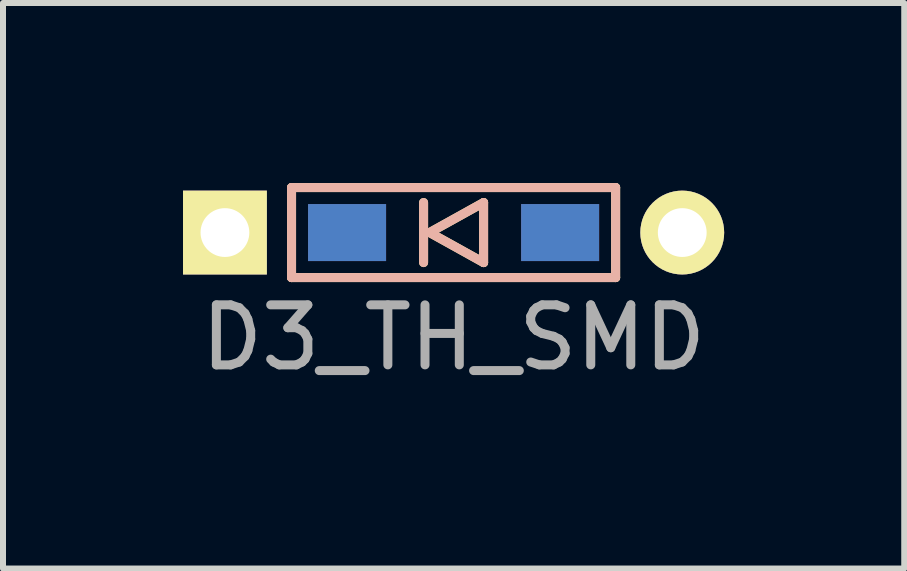
<source format=kicad_pcb>
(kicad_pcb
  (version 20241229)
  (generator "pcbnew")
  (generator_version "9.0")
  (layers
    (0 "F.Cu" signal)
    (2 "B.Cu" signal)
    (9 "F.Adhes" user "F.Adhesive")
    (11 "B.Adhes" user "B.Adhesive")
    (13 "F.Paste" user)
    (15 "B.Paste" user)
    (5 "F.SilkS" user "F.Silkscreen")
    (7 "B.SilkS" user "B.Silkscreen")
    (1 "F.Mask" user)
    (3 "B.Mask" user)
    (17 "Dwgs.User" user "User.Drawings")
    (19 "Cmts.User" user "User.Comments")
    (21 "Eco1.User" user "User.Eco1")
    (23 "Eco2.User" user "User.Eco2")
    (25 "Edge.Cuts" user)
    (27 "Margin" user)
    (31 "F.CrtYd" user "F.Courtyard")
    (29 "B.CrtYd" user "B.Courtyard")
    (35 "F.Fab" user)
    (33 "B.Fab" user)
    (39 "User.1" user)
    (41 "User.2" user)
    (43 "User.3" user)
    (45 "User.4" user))
  (footprint "D3_TH_SMD"
    (layer "F.Cu")
    (at 4.508 0.825)
    (property "Reference" "D3_TH_SMD" (at 0 1.75 0) (layer "F.Fab") (effects (font (size 1 1) (thickness 0.15))))
    (attr through_hole)
    (fp_line (start -2.7 -0.75) (end -2.7 0.75) (stroke (width 0.15) (type solid)) (layer "F.SilkS"))
    (fp_line (start -2.7 0.75) (end 2.7 0.75) (stroke (width 0.15) (type solid)) (layer "F.SilkS"))
    (fp_line (start -0.5 -0.5) (end -0.5 0.5) (stroke (width 0.15) (type solid)) (layer "F.SilkS"))
    (fp_line (start -0.4 0) (end 0.5 -0.5) (stroke (width 0.15) (type solid)) (layer "F.SilkS"))
    (fp_line (start 0.5 -0.5) (end 0.5 0.5) (stroke (width 0.15) (type solid)) (layer "F.SilkS"))
    (fp_line (start 0.5 0.5) (end -0.4 0) (stroke (width 0.15) (type solid)) (layer "F.SilkS"))
    (fp_line (start 2.7 -0.75) (end -2.7 -0.75) (stroke (width 0.15) (type solid)) (layer "F.SilkS"))
    (fp_line (start 2.7 0.75) (end 2.7 -0.75) (stroke (width 0.15) (type solid)) (layer "F.SilkS"))
    (fp_line (start -2.7 -0.75) (end -2.7 0.75) (stroke (width 0.15) (type solid)) (layer "B.SilkS"))
    (fp_line (start -2.7 0.75) (end 2.7 0.75) (stroke (width 0.15) (type solid)) (layer "B.SilkS"))
    (fp_line (start -0.5 -0.5) (end -0.5 0.5) (stroke (width 0.15) (type solid)) (layer "B.SilkS"))
    (fp_line (start -0.4 0) (end 0.5 -0.5) (stroke (width 0.15) (type solid)) (layer "B.SilkS"))
    (fp_line (start 0.5 -0.5) (end 0.5 0.5) (stroke (width 0.15) (type solid)) (layer "B.SilkS"))
    (fp_line (start 0.5 0.5) (end -0.4 0) (stroke (width 0.15) (type solid)) (layer "B.SilkS"))
    (fp_line (start 2.7 -0.75) (end -2.7 -0.75) (stroke (width 0.15) (type solid)) (layer "B.SilkS"))
    (fp_line (start 2.7 0.75) (end 2.7 -0.75) (stroke (width 0.15) (type solid)) (layer "B.SilkS"))
    (pad "1" thru_hole rect (at -3.81 0) (size 1.397 1.397) (drill 0.813) (layers "*.Cu" "*.Mask" "F.SilkS"))
    (pad "1" smd rect (at -1.775 0) (size 1.3 0.95) (layers "F.Cu" "F.Mask" "F.Paste"))
    (pad "1" smd rect (at -1.775 0) (size 1.3 0.95) (layers "B.Cu" "B.Mask" "B.Paste"))
    (pad "2" smd rect (at 1.775 0) (size 1.3 0.95) (layers "F.Cu" "F.Mask" "F.Paste"))
    (pad "2" smd rect (at 1.775 0) (size 1.3 0.95) (layers "B.Cu" "B.Mask" "B.Paste"))
    (pad "2" thru_hole circle (at 3.81 0) (size 1.397 1.397) (drill 0.813) (layers "*.Cu" "*.Mask" "F.SilkS")))
  (gr_rect
    (start -3 -3)
    (end 12.017 6.423)
    (stroke (width 0.1) (type default))
    (fill no)
    (layer "Edge.Cuts")))
</source>
